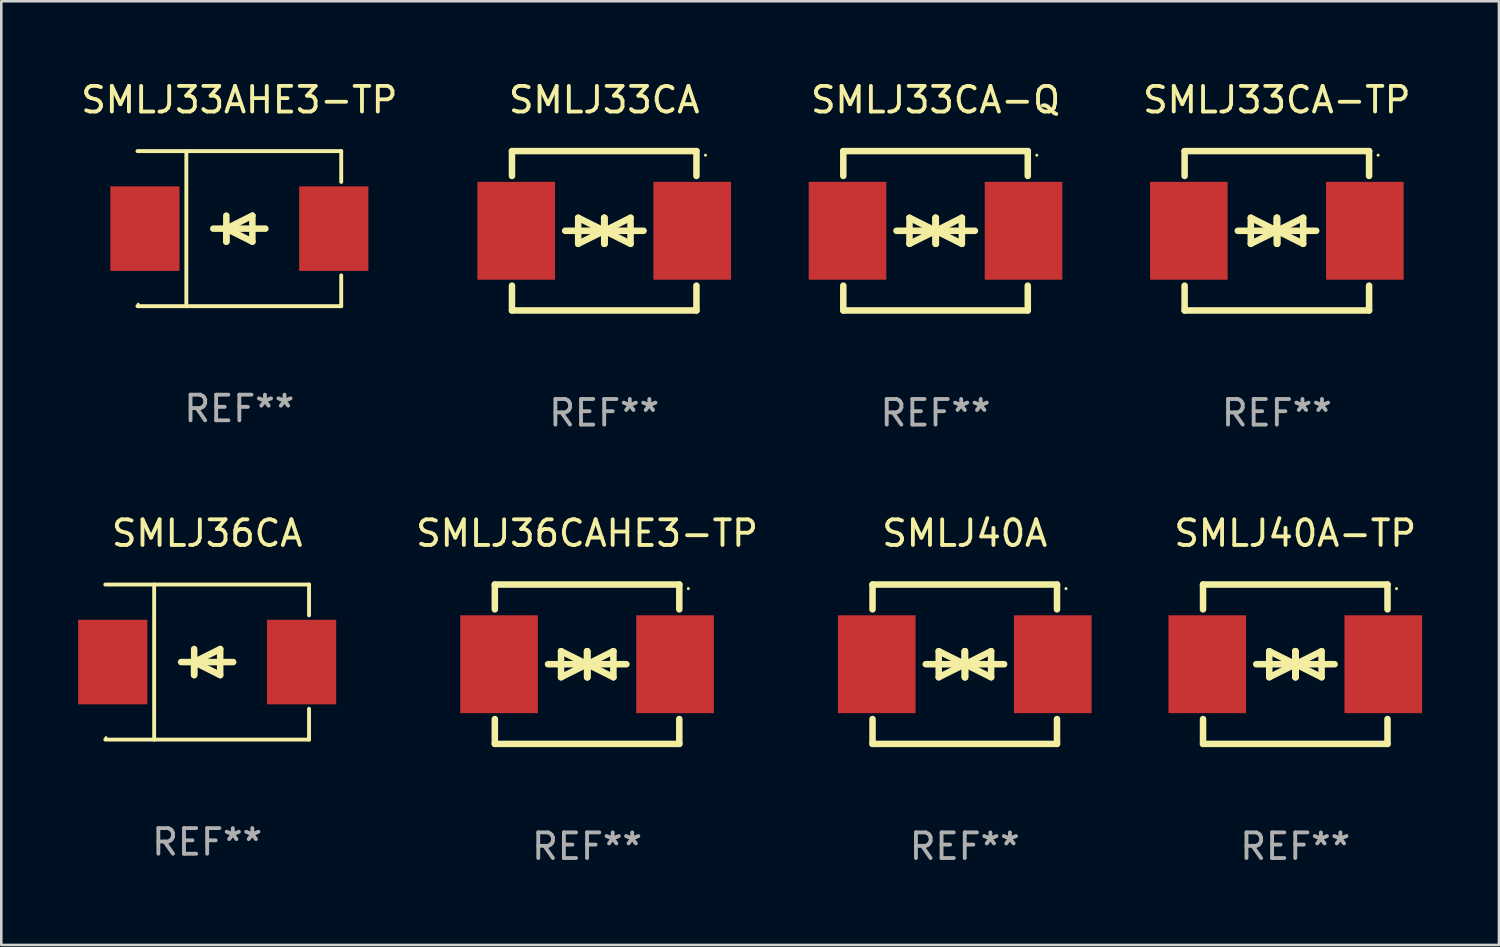
<source format=kicad_pcb>
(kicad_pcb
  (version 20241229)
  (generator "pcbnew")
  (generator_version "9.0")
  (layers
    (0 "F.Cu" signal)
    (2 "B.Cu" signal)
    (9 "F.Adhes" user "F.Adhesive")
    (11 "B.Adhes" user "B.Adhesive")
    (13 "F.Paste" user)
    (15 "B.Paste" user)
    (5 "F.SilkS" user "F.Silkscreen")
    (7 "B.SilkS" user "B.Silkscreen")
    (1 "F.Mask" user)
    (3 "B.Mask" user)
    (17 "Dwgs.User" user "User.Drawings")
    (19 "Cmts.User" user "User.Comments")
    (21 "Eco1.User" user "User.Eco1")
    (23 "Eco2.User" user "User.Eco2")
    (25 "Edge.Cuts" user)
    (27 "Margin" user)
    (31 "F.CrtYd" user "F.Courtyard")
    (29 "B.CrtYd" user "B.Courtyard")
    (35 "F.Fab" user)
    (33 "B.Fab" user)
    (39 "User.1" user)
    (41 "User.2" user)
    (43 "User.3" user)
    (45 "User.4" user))
  (footprint "SMLJ33CA-Q"
    (layer "F.Cu")
    (at 33.465 5.958)
    (property "Reference" "SMLJ33CA-Q" (at 0 -5.11 0) (layer "F.SilkS") (effects (font (size 1 1) (thickness 0.15))))
    (attr through_hole)
    (fp_line (start -3.6 -2.141) (end -3.6 -3.11) (stroke (width 0.254) (type solid)) (layer "F.SilkS"))
    (fp_line (start -3.6 3.11) (end -3.6 2.141) (stroke (width 0.254) (type solid)) (layer "F.SilkS"))
    (fp_line (start -1.524 0) (end 0.508 0) (stroke (width 0.254) (type solid)) (layer "F.SilkS"))
    (fp_line (start -1.016 -0.508) (end -1.016 0.508) (stroke (width 0.254) (type solid)) (layer "F.SilkS"))
    (fp_line (start -1.016 0.508) (end 0 0) (stroke (width 0.254) (type solid)) (layer "F.SilkS"))
    (fp_line (start 0 -0.508) (end 0 0.508) (stroke (width 0.254) (type solid)) (layer "F.SilkS"))
    (fp_line (start 0 0) (end -1.016 -0.508) (stroke (width 0.254) (type solid)) (layer "F.SilkS"))
    (fp_line (start 0 0) (end 0 -0.508) (stroke (width 0.254) (type solid)) (layer "F.SilkS"))
    (fp_line (start 0.012 0) (end 0.012 0.508) (stroke (width 0.254) (type solid)) (layer "F.SilkS"))
    (fp_line (start 0.012 0) (end 1.028 0.508) (stroke (width 0.254) (type solid)) (layer "F.SilkS"))
    (fp_line (start 0.012 0.508) (end 0.012 -0.508) (stroke (width 0.254) (type solid)) (layer "F.SilkS"))
    (fp_line (start 1.028 -0.508) (end 0.012 0) (stroke (width 0.254) (type solid)) (layer "F.SilkS"))
    (fp_line (start 1.028 0.508) (end 1.028 -0.508) (stroke (width 0.254) (type solid)) (layer "F.SilkS"))
    (fp_line (start 1.536 0) (end -0.496 0) (stroke (width 0.254) (type solid)) (layer "F.SilkS"))
    (fp_line (start 3.6 -3.11) (end -3.6 -3.11) (stroke (width 0.254) (type solid)) (layer "F.SilkS"))
    (fp_line (start 3.6 -2.141) (end 3.6 -3.11) (stroke (width 0.254) (type solid)) (layer "F.SilkS"))
    (fp_line (start 3.6 3.11) (end -3.6 3.11) (stroke (width 0.254) (type solid)) (layer "F.SilkS"))
    (fp_line (start 3.6 3.11) (end 3.6 2.141) (stroke (width 0.254) (type solid)) (layer "F.SilkS"))
    (fp_circle (center 3.952 -2.95) (end 3.982 -2.95) (stroke (width 0.06) (type solid)) (fill no) (layer "F.SilkS"))
    (fp_text user "REF**" (at 0 7.11 0) (layer "F.Fab") (effects (font (size 1 1) (thickness 0.15))))
    (pad "1" smd rect (at 3.435 0) (size 3.03 3.82) (layers "F.Cu" "F.Mask" "F.Paste"))
    (pad "2" smd rect (at -3.435 0) (size 3.03 3.82) (layers "F.Cu" "F.Mask" "F.Paste")))
  (footprint "SMLJ36CAHE3-TP"
    (layer "F.Cu")
    (at 19.864 22.875)
    (property "Reference" "SMLJ36CAHE3-TP" (at 0 -5.11 0) (layer "F.SilkS") (effects (font (size 1 1) (thickness 0.15))))
    (attr through_hole)
    (fp_line (start -3.6 -2.141) (end -3.6 -3.11) (stroke (width 0.254) (type solid)) (layer "F.SilkS"))
    (fp_line (start -3.6 3.11) (end -3.6 2.141) (stroke (width 0.254) (type solid)) (layer "F.SilkS"))
    (fp_line (start -1.524 0) (end 0.508 0) (stroke (width 0.254) (type solid)) (layer "F.SilkS"))
    (fp_line (start -1.016 -0.508) (end -1.016 0.508) (stroke (width 0.254) (type solid)) (layer "F.SilkS"))
    (fp_line (start -1.016 0.508) (end 0 0) (stroke (width 0.254) (type solid)) (layer "F.SilkS"))
    (fp_line (start 0 -0.508) (end 0 0.508) (stroke (width 0.254) (type solid)) (layer "F.SilkS"))
    (fp_line (start 0 0) (end -1.016 -0.508) (stroke (width 0.254) (type solid)) (layer "F.SilkS"))
    (fp_line (start 0 0) (end 0 -0.508) (stroke (width 0.254) (type solid)) (layer "F.SilkS"))
    (fp_line (start 0.012 0) (end 0.012 0.508) (stroke (width 0.254) (type solid)) (layer "F.SilkS"))
    (fp_line (start 0.012 0) (end 1.028 0.508) (stroke (width 0.254) (type solid)) (layer "F.SilkS"))
    (fp_line (start 0.012 0.508) (end 0.012 -0.508) (stroke (width 0.254) (type solid)) (layer "F.SilkS"))
    (fp_line (start 1.028 -0.508) (end 0.012 0) (stroke (width 0.254) (type solid)) (layer "F.SilkS"))
    (fp_line (start 1.028 0.508) (end 1.028 -0.508) (stroke (width 0.254) (type solid)) (layer "F.SilkS"))
    (fp_line (start 1.536 0) (end -0.496 0) (stroke (width 0.254) (type solid)) (layer "F.SilkS"))
    (fp_line (start 3.6 -3.11) (end -3.6 -3.11) (stroke (width 0.254) (type solid)) (layer "F.SilkS"))
    (fp_line (start 3.6 -2.141) (end 3.6 -3.11) (stroke (width 0.254) (type solid)) (layer "F.SilkS"))
    (fp_line (start 3.6 3.11) (end -3.6 3.11) (stroke (width 0.254) (type solid)) (layer "F.SilkS"))
    (fp_line (start 3.6 3.11) (end 3.6 2.141) (stroke (width 0.254) (type solid)) (layer "F.SilkS"))
    (fp_circle (center 3.952 -2.95) (end 3.982 -2.95) (stroke (width 0.06) (type solid)) (fill no) (layer "F.SilkS"))
    (fp_text user "REF**" (at 0 7.11 0) (layer "F.Fab") (effects (font (size 1 1) (thickness 0.15))))
    (pad "1" smd rect (at 3.435 0) (size 3.03 3.82) (layers "F.Cu" "F.Mask" "F.Paste"))
    (pad "2" smd rect (at -3.435 0) (size 3.03 3.82) (layers "F.Cu" "F.Mask" "F.Paste")))
  (footprint "SMLJ40A-TP"
    (layer "F.Cu")
    (at 47.506 22.875)
    (property "Reference" "SMLJ40A-TP" (at 0 -5.11 0) (layer "F.SilkS") (effects (font (size 1 1) (thickness 0.15))))
    (attr through_hole)
    (fp_line (start -3.6 -2.141) (end -3.6 -3.11) (stroke (width 0.254) (type solid)) (layer "F.SilkS"))
    (fp_line (start -3.6 3.11) (end -3.6 2.141) (stroke (width 0.254) (type solid)) (layer "F.SilkS"))
    (fp_line (start -1.524 0) (end 0.508 0) (stroke (width 0.254) (type solid)) (layer "F.SilkS"))
    (fp_line (start -1.016 -0.508) (end -1.016 0.508) (stroke (width 0.254) (type solid)) (layer "F.SilkS"))
    (fp_line (start -1.016 0.508) (end 0 0) (stroke (width 0.254) (type solid)) (layer "F.SilkS"))
    (fp_line (start 0 -0.508) (end 0 0.508) (stroke (width 0.254) (type solid)) (layer "F.SilkS"))
    (fp_line (start 0 0) (end -1.016 -0.508) (stroke (width 0.254) (type solid)) (layer "F.SilkS"))
    (fp_line (start 0 0) (end 0 -0.508) (stroke (width 0.254) (type solid)) (layer "F.SilkS"))
    (fp_line (start 0.012 0) (end 0.012 0.508) (stroke (width 0.254) (type solid)) (layer "F.SilkS"))
    (fp_line (start 0.012 0) (end 1.028 0.508) (stroke (width 0.254) (type solid)) (layer "F.SilkS"))
    (fp_line (start 0.012 0.508) (end 0.012 -0.508) (stroke (width 0.254) (type solid)) (layer "F.SilkS"))
    (fp_line (start 1.028 -0.508) (end 0.012 0) (stroke (width 0.254) (type solid)) (layer "F.SilkS"))
    (fp_line (start 1.028 0.508) (end 1.028 -0.508) (stroke (width 0.254) (type solid)) (layer "F.SilkS"))
    (fp_line (start 1.536 0) (end -0.496 0) (stroke (width 0.254) (type solid)) (layer "F.SilkS"))
    (fp_line (start 3.6 -3.11) (end -3.6 -3.11) (stroke (width 0.254) (type solid)) (layer "F.SilkS"))
    (fp_line (start 3.6 -2.141) (end 3.6 -3.11) (stroke (width 0.254) (type solid)) (layer "F.SilkS"))
    (fp_line (start 3.6 3.11) (end -3.6 3.11) (stroke (width 0.254) (type solid)) (layer "F.SilkS"))
    (fp_line (start 3.6 3.11) (end 3.6 2.141) (stroke (width 0.254) (type solid)) (layer "F.SilkS"))
    (fp_circle (center 3.952 -2.95) (end 3.982 -2.95) (stroke (width 0.06) (type solid)) (fill no) (layer "F.SilkS"))
    (fp_text user "REF**" (at 0 7.11 0) (layer "F.Fab") (effects (font (size 1 1) (thickness 0.15))))
    (pad "1" smd rect (at 3.435 0) (size 3.03 3.82) (layers "F.Cu" "F.Mask" "F.Paste"))
    (pad "2" smd rect (at -3.435 0) (size 3.03 3.82) (layers "F.Cu" "F.Mask" "F.Paste")))
  (footprint "SMLJ40A"
    (layer "F.Cu")
    (at 34.606 22.875)
    (property "Reference" "SMLJ40A" (at 0 -5.11 0) (layer "F.SilkS") (effects (font (size 1 1) (thickness 0.15))))
    (attr through_hole)
    (fp_line (start -3.6 -2.141) (end -3.6 -3.11) (stroke (width 0.254) (type solid)) (layer "F.SilkS"))
    (fp_line (start -3.6 3.11) (end -3.6 2.141) (stroke (width 0.254) (type solid)) (layer "F.SilkS"))
    (fp_line (start -1.524 0) (end 0.508 0) (stroke (width 0.254) (type solid)) (layer "F.SilkS"))
    (fp_line (start -1.016 -0.508) (end -1.016 0.508) (stroke (width 0.254) (type solid)) (layer "F.SilkS"))
    (fp_line (start -1.016 0.508) (end 0 0) (stroke (width 0.254) (type solid)) (layer "F.SilkS"))
    (fp_line (start 0 -0.508) (end 0 0.508) (stroke (width 0.254) (type solid)) (layer "F.SilkS"))
    (fp_line (start 0 0) (end -1.016 -0.508) (stroke (width 0.254) (type solid)) (layer "F.SilkS"))
    (fp_line (start 0 0) (end 0 -0.508) (stroke (width 0.254) (type solid)) (layer "F.SilkS"))
    (fp_line (start 0.012 0) (end 0.012 0.508) (stroke (width 0.254) (type solid)) (layer "F.SilkS"))
    (fp_line (start 0.012 0) (end 1.028 0.508) (stroke (width 0.254) (type solid)) (layer "F.SilkS"))
    (fp_line (start 0.012 0.508) (end 0.012 -0.508) (stroke (width 0.254) (type solid)) (layer "F.SilkS"))
    (fp_line (start 1.028 -0.508) (end 0.012 0) (stroke (width 0.254) (type solid)) (layer "F.SilkS"))
    (fp_line (start 1.028 0.508) (end 1.028 -0.508) (stroke (width 0.254) (type solid)) (layer "F.SilkS"))
    (fp_line (start 1.536 0) (end -0.496 0) (stroke (width 0.254) (type solid)) (layer "F.SilkS"))
    (fp_line (start 3.6 -3.11) (end -3.6 -3.11) (stroke (width 0.254) (type solid)) (layer "F.SilkS"))
    (fp_line (start 3.6 -2.141) (end 3.6 -3.11) (stroke (width 0.254) (type solid)) (layer "F.SilkS"))
    (fp_line (start 3.6 3.11) (end -3.6 3.11) (stroke (width 0.254) (type solid)) (layer "F.SilkS"))
    (fp_line (start 3.6 3.11) (end 3.6 2.141) (stroke (width 0.254) (type solid)) (layer "F.SilkS"))
    (fp_circle (center 3.952 -2.95) (end 3.982 -2.95) (stroke (width 0.06) (type solid)) (fill no) (layer "F.SilkS"))
    (fp_text user "REF**" (at 0 7.11 0) (layer "F.Fab") (effects (font (size 1 1) (thickness 0.15))))
    (pad "1" smd rect (at 3.435 0) (size 3.03 3.82) (layers "F.Cu" "F.Mask" "F.Paste"))
    (pad "2" smd rect (at -3.435 0) (size 3.03 3.82) (layers "F.Cu" "F.Mask" "F.Paste")))
  (footprint "SMLJ33CA-TP"
    (layer "F.Cu")
    (at 46.787 5.958)
    (property "Reference" "SMLJ33CA-TP" (at 0 -5.11 0) (layer "F.SilkS") (effects (font (size 1 1) (thickness 0.15))))
    (attr through_hole)
    (fp_line (start -3.6 -2.141) (end -3.6 -3.11) (stroke (width 0.254) (type solid)) (layer "F.SilkS"))
    (fp_line (start -3.6 3.11) (end -3.6 2.141) (stroke (width 0.254) (type solid)) (layer "F.SilkS"))
    (fp_line (start -1.524 0) (end 0.508 0) (stroke (width 0.254) (type solid)) (layer "F.SilkS"))
    (fp_line (start -1.016 -0.508) (end -1.016 0.508) (stroke (width 0.254) (type solid)) (layer "F.SilkS"))
    (fp_line (start -1.016 0.508) (end 0 0) (stroke (width 0.254) (type solid)) (layer "F.SilkS"))
    (fp_line (start 0 -0.508) (end 0 0.508) (stroke (width 0.254) (type solid)) (layer "F.SilkS"))
    (fp_line (start 0 0) (end -1.016 -0.508) (stroke (width 0.254) (type solid)) (layer "F.SilkS"))
    (fp_line (start 0 0) (end 0 -0.508) (stroke (width 0.254) (type solid)) (layer "F.SilkS"))
    (fp_line (start 0.012 0) (end 0.012 0.508) (stroke (width 0.254) (type solid)) (layer "F.SilkS"))
    (fp_line (start 0.012 0) (end 1.028 0.508) (stroke (width 0.254) (type solid)) (layer "F.SilkS"))
    (fp_line (start 0.012 0.508) (end 0.012 -0.508) (stroke (width 0.254) (type solid)) (layer "F.SilkS"))
    (fp_line (start 1.028 -0.508) (end 0.012 0) (stroke (width 0.254) (type solid)) (layer "F.SilkS"))
    (fp_line (start 1.028 0.508) (end 1.028 -0.508) (stroke (width 0.254) (type solid)) (layer "F.SilkS"))
    (fp_line (start 1.536 0) (end -0.496 0) (stroke (width 0.254) (type solid)) (layer "F.SilkS"))
    (fp_line (start 3.6 -3.11) (end -3.6 -3.11) (stroke (width 0.254) (type solid)) (layer "F.SilkS"))
    (fp_line (start 3.6 -2.141) (end 3.6 -3.11) (stroke (width 0.254) (type solid)) (layer "F.SilkS"))
    (fp_line (start 3.6 3.11) (end -3.6 3.11) (stroke (width 0.254) (type solid)) (layer "F.SilkS"))
    (fp_line (start 3.6 3.11) (end 3.6 2.141) (stroke (width 0.254) (type solid)) (layer "F.SilkS"))
    (fp_circle (center 3.952 -2.95) (end 3.982 -2.95) (stroke (width 0.06) (type solid)) (fill no) (layer "F.SilkS"))
    (fp_text user "REF**" (at 0 7.11 0) (layer "F.Fab") (effects (font (size 1 1) (thickness 0.15))))
    (pad "1" smd rect (at 3.435 0) (size 3.03 3.82) (layers "F.Cu" "F.Mask" "F.Paste"))
    (pad "2" smd rect (at -3.435 0) (size 3.03 3.82) (layers "F.Cu" "F.Mask" "F.Paste")))
  (footprint "SMLJ36CA"
    (layer "F.Cu")
    (at 5.036 22.791)
    (property "Reference" "SMLJ36CA" (at 0 -5.026 0) (layer "F.SilkS") (effects (font (size 1 1) (thickness 0.15))))
    (attr through_hole)
    (fp_line (start -3.976 -3.026) (end 3.976 -3.026) (stroke (width 0.152) (type solid)) (layer "F.SilkS"))
    (fp_line (start -3.976 3.026) (end 3.976 3.026) (stroke (width 0.152) (type solid)) (layer "F.SilkS"))
    (fp_line (start -2.069 -3.026) (end -2.069 3.026) (stroke (width 0.152) (type solid)) (layer "F.SilkS"))
    (fp_line (start -0.508 0) (end -0.508 0.508) (stroke (width 0.254) (type solid)) (layer "F.SilkS"))
    (fp_line (start -0.508 0) (end 0.508 0.508) (stroke (width 0.254) (type solid)) (layer "F.SilkS"))
    (fp_line (start -0.508 0.508) (end -0.508 -0.508) (stroke (width 0.254) (type solid)) (layer "F.SilkS"))
    (fp_line (start 0.508 -0.508) (end -0.508 0) (stroke (width 0.254) (type solid)) (layer "F.SilkS"))
    (fp_line (start 0.508 0.508) (end 0.508 -0.508) (stroke (width 0.254) (type solid)) (layer "F.SilkS"))
    (fp_line (start 1.016 0) (end -1.016 0) (stroke (width 0.254) (type solid)) (layer "F.SilkS"))
    (fp_line (start 3.976 -3.026) (end 3.976 -1.823) (stroke (width 0.152) (type solid)) (layer "F.SilkS"))
    (fp_line (start 3.976 3.026) (end 3.976 1.823) (stroke (width 0.152) (type solid)) (layer "F.SilkS"))
    (fp_circle (center -3.95 2.95) (end -3.92 2.95) (stroke (width 0.06) (type solid)) (fill no) (layer "F.SilkS"))
    (fp_text user "REF**" (at 0 7.026 0) (layer "F.Fab") (effects (font (size 1 1) (thickness 0.15))))
    (pad "1" smd rect (at -3.686 0) (size 2.7 3.3) (layers "F.Cu" "F.Mask" "F.Paste"))
    (pad "2" smd rect (at 3.686 0) (size 2.7 3.3) (layers "F.Cu" "F.Mask" "F.Paste")))
  (footprint "SMLJ33CA"
    (layer "F.Cu")
    (at 20.533 5.958)
    (property "Reference" "SMLJ33CA" (at 0 -5.11 0) (layer "F.SilkS") (effects (font (size 1 1) (thickness 0.15))))
    (attr through_hole)
    (fp_line (start -3.6 -2.141) (end -3.6 -3.11) (stroke (width 0.254) (type solid)) (layer "F.SilkS"))
    (fp_line (start -3.6 3.11) (end -3.6 2.141) (stroke (width 0.254) (type solid)) (layer "F.SilkS"))
    (fp_line (start -1.524 0) (end 0.508 0) (stroke (width 0.254) (type solid)) (layer "F.SilkS"))
    (fp_line (start -1.016 -0.508) (end -1.016 0.508) (stroke (width 0.254) (type solid)) (layer "F.SilkS"))
    (fp_line (start -1.016 0.508) (end 0 0) (stroke (width 0.254) (type solid)) (layer "F.SilkS"))
    (fp_line (start 0 -0.508) (end 0 0.508) (stroke (width 0.254) (type solid)) (layer "F.SilkS"))
    (fp_line (start 0 0) (end -1.016 -0.508) (stroke (width 0.254) (type solid)) (layer "F.SilkS"))
    (fp_line (start 0 0) (end 0 -0.508) (stroke (width 0.254) (type solid)) (layer "F.SilkS"))
    (fp_line (start 0.012 0) (end 0.012 0.508) (stroke (width 0.254) (type solid)) (layer "F.SilkS"))
    (fp_line (start 0.012 0) (end 1.028 0.508) (stroke (width 0.254) (type solid)) (layer "F.SilkS"))
    (fp_line (start 0.012 0.508) (end 0.012 -0.508) (stroke (width 0.254) (type solid)) (layer "F.SilkS"))
    (fp_line (start 1.028 -0.508) (end 0.012 0) (stroke (width 0.254) (type solid)) (layer "F.SilkS"))
    (fp_line (start 1.028 0.508) (end 1.028 -0.508) (stroke (width 0.254) (type solid)) (layer "F.SilkS"))
    (fp_line (start 1.536 0) (end -0.496 0) (stroke (width 0.254) (type solid)) (layer "F.SilkS"))
    (fp_line (start 3.6 -3.11) (end -3.6 -3.11) (stroke (width 0.254) (type solid)) (layer "F.SilkS"))
    (fp_line (start 3.6 -2.141) (end 3.6 -3.11) (stroke (width 0.254) (type solid)) (layer "F.SilkS"))
    (fp_line (start 3.6 3.11) (end -3.6 3.11) (stroke (width 0.254) (type solid)) (layer "F.SilkS"))
    (fp_line (start 3.6 3.11) (end 3.6 2.141) (stroke (width 0.254) (type solid)) (layer "F.SilkS"))
    (fp_circle (center 3.952 -2.95) (end 3.982 -2.95) (stroke (width 0.06) (type solid)) (fill no) (layer "F.SilkS"))
    (fp_text user "REF**" (at 0 7.11 0) (layer "F.Fab") (effects (font (size 1 1) (thickness 0.15))))
    (pad "1" smd rect (at 3.435 0) (size 3.03 3.82) (layers "F.Cu" "F.Mask" "F.Paste"))
    (pad "2" smd rect (at -3.435 0) (size 3.03 3.82) (layers "F.Cu" "F.Mask" "F.Paste")))
  (footprint "SMLJ33AHE3-TP"
    (layer "F.Cu")
    (at 6.292 5.874)
    (property "Reference" "SMLJ33AHE3-TP" (at 0 -5.026 0) (layer "F.SilkS") (effects (font (size 1 1) (thickness 0.15))))
    (attr through_hole)
    (fp_line (start -3.976 -3.026) (end 3.976 -3.026) (stroke (width 0.152) (type solid)) (layer "F.SilkS"))
    (fp_line (start -3.976 3.026) (end 3.976 3.026) (stroke (width 0.152) (type solid)) (layer "F.SilkS"))
    (fp_line (start -2.069 -3.026) (end -2.069 3.026) (stroke (width 0.152) (type solid)) (layer "F.SilkS"))
    (fp_line (start -0.508 0) (end -0.508 0.508) (stroke (width 0.254) (type solid)) (layer "F.SilkS"))
    (fp_line (start -0.508 0) (end 0.508 0.508) (stroke (width 0.254) (type solid)) (layer "F.SilkS"))
    (fp_line (start -0.508 0.508) (end -0.508 -0.508) (stroke (width 0.254) (type solid)) (layer "F.SilkS"))
    (fp_line (start 0.508 -0.508) (end -0.508 0) (stroke (width 0.254) (type solid)) (layer "F.SilkS"))
    (fp_line (start 0.508 0.508) (end 0.508 -0.508) (stroke (width 0.254) (type solid)) (layer "F.SilkS"))
    (fp_line (start 1.016 0) (end -1.016 0) (stroke (width 0.254) (type solid)) (layer "F.SilkS"))
    (fp_line (start 3.976 -3.026) (end 3.976 -1.823) (stroke (width 0.152) (type solid)) (layer "F.SilkS"))
    (fp_line (start 3.976 3.026) (end 3.976 1.823) (stroke (width 0.152) (type solid)) (layer "F.SilkS"))
    (fp_circle (center -3.95 2.95) (end -3.92 2.95) (stroke (width 0.06) (type solid)) (fill no) (layer "F.SilkS"))
    (fp_text user "REF**" (at 0 7.026 0) (layer "F.Fab") (effects (font (size 1 1) (thickness 0.15))))
    (pad "1" smd rect (at -3.686 0) (size 2.7 3.3) (layers "F.Cu" "F.Mask" "F.Paste"))
    (pad "2" smd rect (at 3.686 0) (size 2.7 3.3) (layers "F.Cu" "F.Mask" "F.Paste")))
  (gr_rect
    (start -3 -3)
    (end 55.456 33.833)
    (stroke (width 0.1) (type default))
    (fill no)
    (layer "Edge.Cuts")))
</source>
